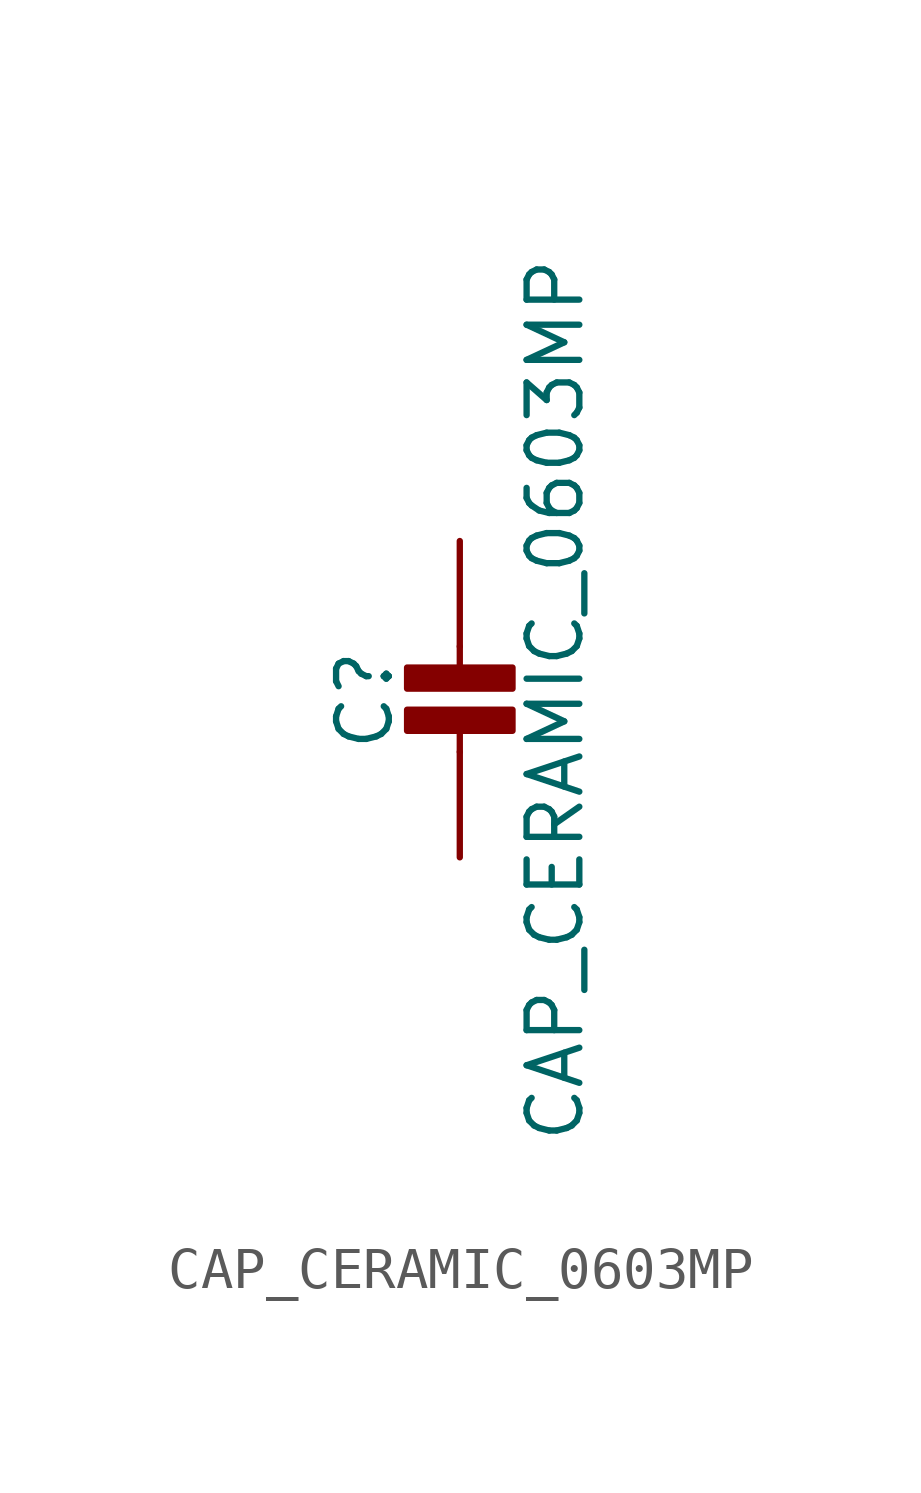
<source format=kicad_sym>
(kicad_symbol_lib
  (version 20211014)
  (generator kicad_symbol_editor)
  (symbol "CAP_CERAMIC_0603MP"
    (property "Reference" "C"
      (at -2.29 1.25 90)
      (effects (font (size 1.27 1.27))))
    (property "Value" "CAP_CERAMIC_0603MP"
      (at 2.3 1.25 90)
      (effects (font (size 1.27 1.27))))
    (property "ki_locked" ""
      (at 0 0 0)
      (effects (font (size 1.27 1.27))))
    (symbol "CAP_CERAMIC_0603MP_1_0"
      (rectangle (start -1.27 0.508) (end 1.27 1.016) (stroke (width 0) (type default) (color 0 0 0 0)) (fill (type outline)))
      (rectangle (start -1.27 1.524) (end 1.27 2.032) (stroke (width 0) (type default) (color 0 0 0 0)) (fill (type outline)))
      (polyline (pts (xy 0 0.762) (xy 0 0)) (stroke (width 0.152) (type default) (color 0 0 0 0)) (fill (type none)))
      (polyline (pts (xy 0 2.54) (xy 0 1.778)) (stroke (width 0.152) (type default) (color 0 0 0 0)) (fill (type none)))
      (pin passive line (at 0 5.08 270) (length 2.54) (name "1" (effects (font (size 0 0)))) (number "1" (effects (font (size 0 0)))))
      (pin passive line (at 0 -2.54 90) (length 2.54) (name "2" (effects (font (size 0 0)))) (number "2" (effects (font (size 0 0))))))))
</source>
